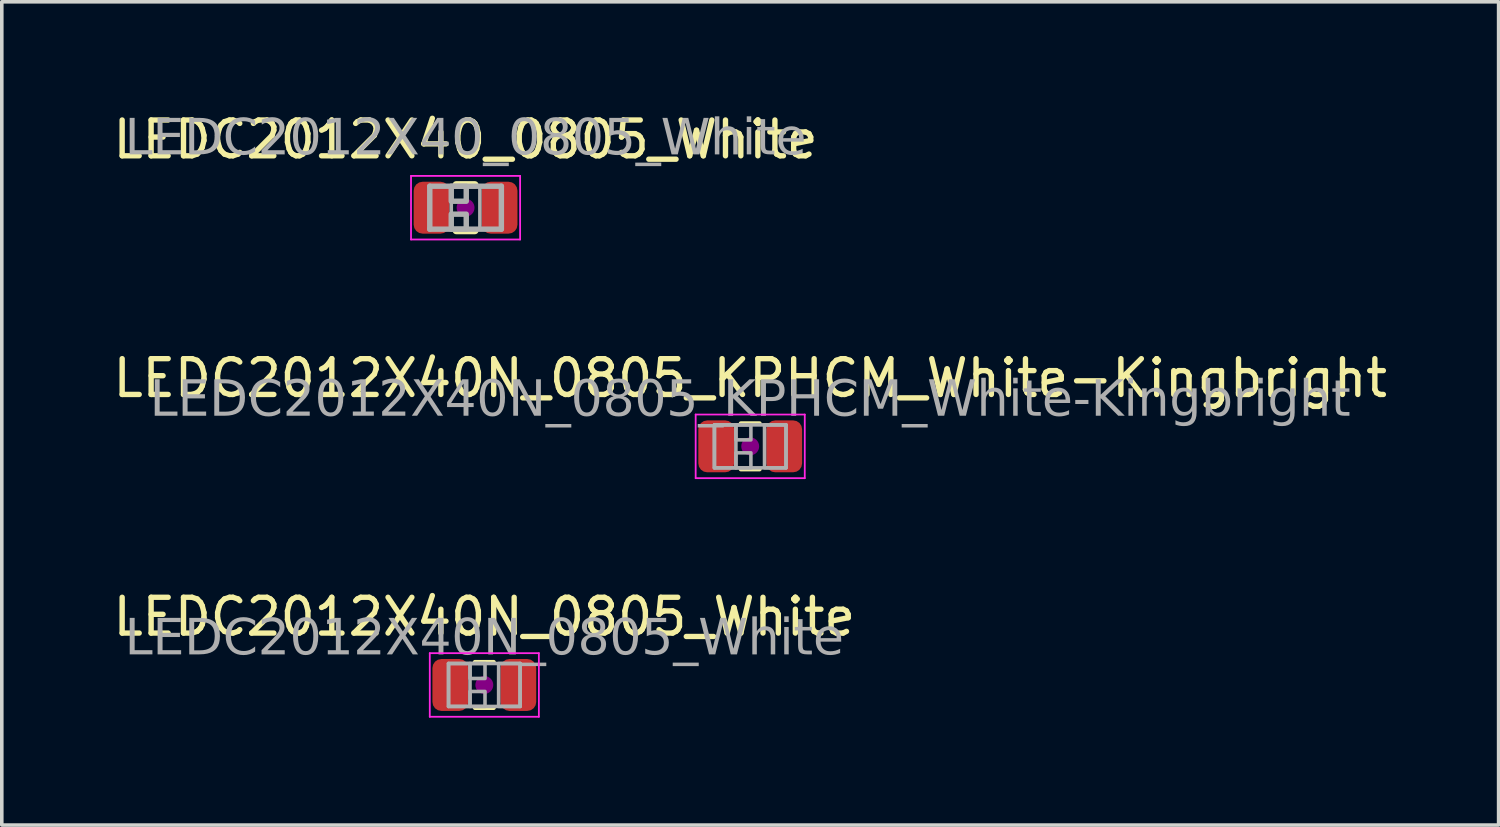
<source format=kicad_pcb>
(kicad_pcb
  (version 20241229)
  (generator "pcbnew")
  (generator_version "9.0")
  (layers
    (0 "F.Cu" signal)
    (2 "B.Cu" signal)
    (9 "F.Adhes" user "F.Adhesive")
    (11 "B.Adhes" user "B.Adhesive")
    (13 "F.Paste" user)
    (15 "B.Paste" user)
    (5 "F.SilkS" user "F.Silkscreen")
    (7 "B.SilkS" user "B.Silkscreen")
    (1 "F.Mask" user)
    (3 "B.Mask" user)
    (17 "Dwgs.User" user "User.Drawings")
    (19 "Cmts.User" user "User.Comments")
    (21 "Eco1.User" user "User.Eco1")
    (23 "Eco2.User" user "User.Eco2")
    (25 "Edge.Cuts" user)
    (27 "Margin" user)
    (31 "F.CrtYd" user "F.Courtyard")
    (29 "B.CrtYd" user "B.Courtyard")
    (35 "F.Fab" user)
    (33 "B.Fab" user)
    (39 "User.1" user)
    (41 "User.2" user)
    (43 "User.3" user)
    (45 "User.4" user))
  (footprint "LEDC2012X40N_0805_KPHCM_White-Kingbright"
    (layer "F.Cu")
    (at 17.911 9.421)
    (property "Reference" "LEDC2012X40N_0805_KPHCM_White-Kingbright" (at 0 -1.905 0) (layer "F.SilkS") (effects (font (size 1 1) (thickness 0.15))))
    (attr smd)
    (fp_line (start -0.261 -0.64) (end 0.261 -0.64) (stroke (width 0.12) (type solid)) (layer "F.SilkS"))
    (fp_line (start -0.261 0.64) (end 0.261 0.64) (stroke (width 0.12) (type solid)) (layer "F.SilkS"))
    (fp_circle (center 0 0) (end 0.25 0) (stroke (width 0) (type solid)) (fill yes) (layer "F.Adhes"))
    (fp_line (start -1.524 -0.889) (end 1.524 -0.889) (stroke (width 0.05) (type solid)) (layer "F.CrtYd"))
    (fp_line (start -1.524 0.889) (end -1.524 -0.889) (stroke (width 0.05) (type solid)) (layer "F.CrtYd"))
    (fp_line (start 1.524 -0.889) (end 1.524 0.889) (stroke (width 0.05) (type solid)) (layer "F.CrtYd"))
    (fp_line (start 1.524 0.889) (end -1.524 0.889) (stroke (width 0.05) (type solid)) (layer "F.CrtYd"))
    (fp_line (start -1 -0.6) (end 1 -0.6) (stroke (width 0.1) (type solid)) (layer "F.Fab"))
    (fp_line (start -1 0.6) (end -1 -0.6) (stroke (width 0.1) (type solid)) (layer "F.Fab"))
    (fp_line (start 1 -0.6) (end 1 0.6) (stroke (width 0.1) (type solid)) (layer "F.Fab"))
    (fp_line (start 1 0.6) (end -1 0.6) (stroke (width 0.1) (type solid)) (layer "F.Fab"))
    (fp_rect (start -1 -0.6) (end -0.4 0.6) (stroke (width 0.1) (type solid)) (fill no) (layer "F.Fab"))
    (fp_rect (start -0.4 -0.6) (end 0.019 -0.181) (stroke (width 0.1) (type solid)) (fill no) (layer "F.Fab"))
    (fp_rect (start -0.4 0.181) (end 0.019 0.6) (stroke (width 0.1) (type solid)) (fill no) (layer "F.Fab"))
    (fp_rect (start 0.4 -0.6) (end 1 0.6) (stroke (width 0.1) (type solid)) (fill no) (layer "F.Fab"))
    (fp_text user "${REFERENCE}" (at 0 -1.27 0) (layer "F.Fab") (effects (font (face "Tahoma") (size 1 1) (thickness 0.15))))
    (pad "A" smd roundrect (at 0.95 0) (size 1 1.45) (layers "F.Cu" "F.Mask" "F.Paste") (roundrect_rratio 0.25))
    (pad "C" smd roundrect (at -0.95 0) (size 1 1.45) (layers "F.Cu" "F.Mask" "F.Paste") (roundrect_rratio 0.25)))
  (footprint "LEDC2012X40N_0805_White"
    (layer "F.Cu")
    (at 10.482 16.088)
    (property "Reference" "LEDC2012X40N_0805_White" (at 0 -1.905 0) (layer "F.SilkS") (effects (font (size 1 1) (thickness 0.15))))
    (attr smd)
    (fp_line (start -0.261 -0.64) (end 0.261 -0.64) (stroke (width 0.12) (type solid)) (layer "F.SilkS"))
    (fp_line (start -0.261 0.64) (end 0.261 0.64) (stroke (width 0.12) (type solid)) (layer "F.SilkS"))
    (fp_circle (center 0 0) (end 0.25 0) (stroke (width 0) (type solid)) (fill yes) (layer "F.Adhes"))
    (fp_line (start -1.524 -0.889) (end 1.524 -0.889) (stroke (width 0.05) (type solid)) (layer "F.CrtYd"))
    (fp_line (start -1.524 0.889) (end -1.524 -0.889) (stroke (width 0.05) (type solid)) (layer "F.CrtYd"))
    (fp_line (start 1.524 -0.889) (end 1.524 0.889) (stroke (width 0.05) (type solid)) (layer "F.CrtYd"))
    (fp_line (start 1.524 0.889) (end -1.524 0.889) (stroke (width 0.05) (type solid)) (layer "F.CrtYd"))
    (fp_line (start -1 -0.6) (end 1 -0.6) (stroke (width 0.1) (type solid)) (layer "F.Fab"))
    (fp_line (start -1 0.6) (end -1 -0.6) (stroke (width 0.1) (type solid)) (layer "F.Fab"))
    (fp_line (start 1 -0.6) (end 1 0.6) (stroke (width 0.1) (type solid)) (layer "F.Fab"))
    (fp_line (start 1 0.6) (end -1 0.6) (stroke (width 0.1) (type solid)) (layer "F.Fab"))
    (fp_rect (start -1 -0.6) (end -0.4 0.6) (stroke (width 0.1) (type solid)) (fill no) (layer "F.Fab"))
    (fp_rect (start -0.4 -0.6) (end 0.019 -0.181) (stroke (width 0.1) (type solid)) (fill no) (layer "F.Fab"))
    (fp_rect (start -0.4 0.181) (end 0.019 0.6) (stroke (width 0.1) (type solid)) (fill no) (layer "F.Fab"))
    (fp_rect (start 0.4 -0.6) (end 1 0.6) (stroke (width 0.1) (type solid)) (fill no) (layer "F.Fab"))
    (fp_text user "${REFERENCE}" (at 0 -1.27 0) (layer "F.Fab") (effects (font (face "Tahoma") (size 1 1) (thickness 0.15))))
    (pad "A" smd roundrect (at 0.95 0) (size 1 1.45) (layers "F.Cu" "F.Mask" "F.Paste") (roundrect_rratio 0.25))
    (pad "C" smd roundrect (at -0.95 0) (size 1 1.45) (layers "F.Cu" "F.Mask" "F.Paste") (roundrect_rratio 0.25)))
  (footprint "LEDC2012X40_0805_White"
    (layer "F.Cu")
    (at 9.958 2.753)
    (property "Reference" "LEDC2012X40_0805_White" (at 0 -1.905 0) (layer "F.SilkS") (effects (font (size 1 1) (thickness 0.15))))
    (attr smd)
    (fp_line (start -0.261 -0.64) (end 0.261 -0.64) (stroke (width 0.203) (type solid)) (layer "F.SilkS"))
    (fp_line (start -0.261 0.64) (end 0.261 0.64) (stroke (width 0.203) (type solid)) (layer "F.SilkS"))
    (fp_circle (center 0 0) (end 0.25 0) (stroke (width 0) (type solid)) (fill yes) (layer "F.Adhes"))
    (fp_line (start -1.524 -0.889) (end 1.524 -0.889) (stroke (width 0.05) (type solid)) (layer "F.CrtYd"))
    (fp_line (start -1.524 0.889) (end -1.524 -0.889) (stroke (width 0.05) (type solid)) (layer "F.CrtYd"))
    (fp_line (start 1.524 -0.889) (end 1.524 0.889) (stroke (width 0.05) (type solid)) (layer "F.CrtYd"))
    (fp_line (start 1.524 0.889) (end -1.524 0.889) (stroke (width 0.05) (type solid)) (layer "F.CrtYd"))
    (fp_line (start -1 -0.6) (end 1 -0.6) (stroke (width 0.152) (type solid)) (layer "F.Fab"))
    (fp_line (start -1 0.6) (end -1 -0.6) (stroke (width 0.152) (type solid)) (layer "F.Fab"))
    (fp_line (start 1 -0.6) (end 1 0.6) (stroke (width 0.152) (type solid)) (layer "F.Fab"))
    (fp_line (start 1 0.6) (end -1 0.6) (stroke (width 0.152) (type solid)) (layer "F.Fab"))
    (fp_rect (start -1 -0.6) (end -0.4 0.6) (stroke (width 0.1) (type solid)) (fill no) (layer "F.Fab"))
    (fp_rect (start -0.4 -0.6) (end 0.019 -0.181) (stroke (width 0.152) (type solid)) (fill no) (layer "F.Fab"))
    (fp_rect (start -0.4 0.181) (end 0.019 0.6) (stroke (width 0.152) (type solid)) (fill no) (layer "F.Fab"))
    (fp_rect (start 0.4 -0.6) (end 1 0.6) (stroke (width 0.1) (type solid)) (fill no) (layer "F.Fab"))
    (fp_text user "${REFERENCE}" (at 0 -1.905 0) (layer "F.Fab") (effects (font (face "Tahoma") (size 1 1) (thickness 0.12))))
    (pad "A" smd roundrect (at 0.95 0) (size 1 1.45) (layers "F.Cu" "F.Mask" "F.Paste") (roundrect_rratio 0.25))
    (pad "C" smd roundrect (at -0.95 0) (size 1 1.45) (layers "F.Cu" "F.Mask" "F.Paste") (roundrect_rratio 0.25)))
  (gr_rect
    (start -3 -3)
    (end 38.821 20.002)
    (stroke (width 0.1) (type default))
    (fill no)
    (layer "Edge.Cuts")))
</source>
